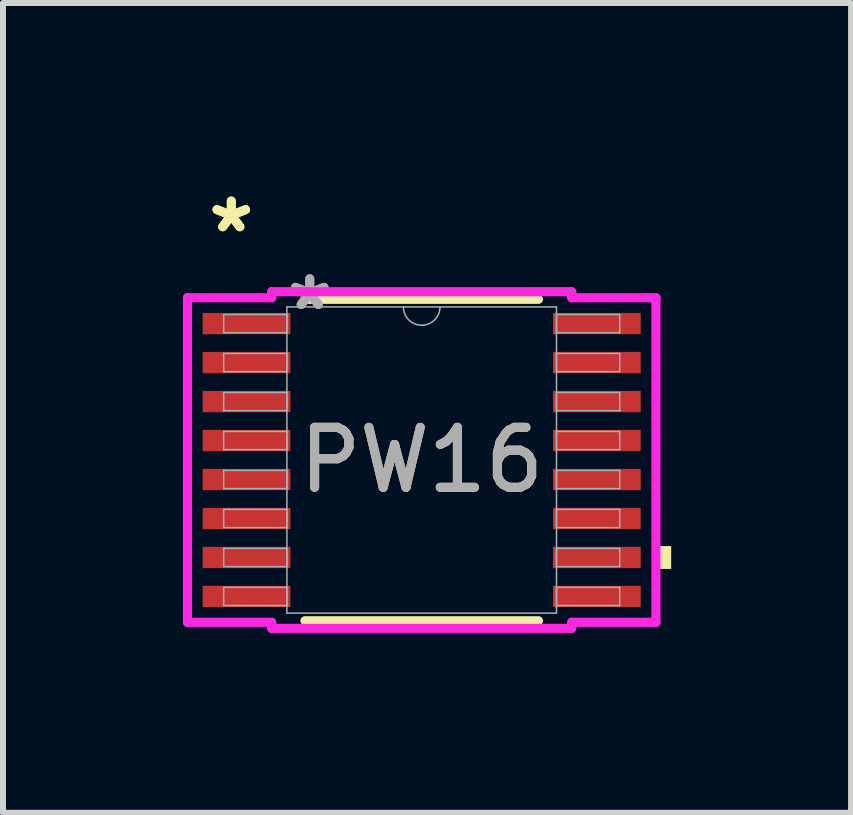
<source format=kicad_pcb>
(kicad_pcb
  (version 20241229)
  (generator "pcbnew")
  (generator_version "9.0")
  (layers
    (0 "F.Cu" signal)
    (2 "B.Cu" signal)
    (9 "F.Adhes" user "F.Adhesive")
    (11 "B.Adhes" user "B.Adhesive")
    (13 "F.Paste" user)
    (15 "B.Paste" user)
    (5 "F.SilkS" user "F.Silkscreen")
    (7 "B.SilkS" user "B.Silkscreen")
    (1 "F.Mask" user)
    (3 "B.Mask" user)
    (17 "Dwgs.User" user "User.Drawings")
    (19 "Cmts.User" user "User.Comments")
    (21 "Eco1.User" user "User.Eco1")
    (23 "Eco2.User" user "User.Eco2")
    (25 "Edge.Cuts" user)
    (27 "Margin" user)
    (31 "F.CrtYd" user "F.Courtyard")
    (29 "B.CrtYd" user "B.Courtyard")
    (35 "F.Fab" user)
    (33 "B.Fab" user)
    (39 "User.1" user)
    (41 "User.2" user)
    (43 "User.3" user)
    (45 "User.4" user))
  (footprint "PW16"
    (layer "F.Cu")
    (at 3.982 4.621)
    (property "Reference" "PW16" (at 0 0 0) (unlocked yes) (layer "F.SilkS") (effects (font (size 1 1) (thickness 0.15))))
    (attr smd)
    (fp_line (start -1.947 2.68) (end 1.947 2.68) (stroke (width 0.152) (type solid)) (layer "F.SilkS"))
    (fp_line (start 1.947 -2.68) (end -1.947 -2.68) (stroke (width 0.152) (type solid)) (layer "F.SilkS"))
    (fp_poly (pts (xy 4.16 1.435) (xy 4.16 1.816) (xy 3.906 1.816) (xy 3.906 1.435)) (stroke (width 0) (type solid)) (fill yes) (layer "F.SilkS"))
    (fp_line (start -3.906 -2.706) (end -2.502 -2.706) (stroke (width 0.152) (type solid)) (layer "F.CrtYd"))
    (fp_line (start -3.906 2.706) (end -3.906 -2.706) (stroke (width 0.152) (type solid)) (layer "F.CrtYd"))
    (fp_line (start -3.906 2.706) (end -2.502 2.706) (stroke (width 0.152) (type solid)) (layer "F.CrtYd"))
    (fp_line (start -2.502 -2.807) (end 2.502 -2.807) (stroke (width 0.152) (type solid)) (layer "F.CrtYd"))
    (fp_line (start -2.502 -2.706) (end -2.502 -2.807) (stroke (width 0.152) (type solid)) (layer "F.CrtYd"))
    (fp_line (start -2.502 2.807) (end -2.502 2.706) (stroke (width 0.152) (type solid)) (layer "F.CrtYd"))
    (fp_line (start 2.502 -2.807) (end 2.502 -2.706) (stroke (width 0.152) (type solid)) (layer "F.CrtYd"))
    (fp_line (start 2.502 2.706) (end 2.502 2.807) (stroke (width 0.152) (type solid)) (layer "F.CrtYd"))
    (fp_line (start 2.502 2.807) (end -2.502 2.807) (stroke (width 0.152) (type solid)) (layer "F.CrtYd"))
    (fp_line (start 3.906 -2.706) (end 2.502 -2.706) (stroke (width 0.152) (type solid)) (layer "F.CrtYd"))
    (fp_line (start 3.906 -2.706) (end 3.906 2.706) (stroke (width 0.152) (type solid)) (layer "F.CrtYd"))
    (fp_line (start 3.906 2.706) (end 2.502 2.706) (stroke (width 0.152) (type solid)) (layer "F.CrtYd"))
    (fp_line (start -3.302 -2.427) (end -3.302 -2.123) (stroke (width 0.025) (type solid)) (layer "F.Fab"))
    (fp_line (start -3.302 -2.123) (end -2.248 -2.123) (stroke (width 0.025) (type solid)) (layer "F.Fab"))
    (fp_line (start -3.302 -1.777) (end -3.302 -1.473) (stroke (width 0.025) (type solid)) (layer "F.Fab"))
    (fp_line (start -3.302 -1.473) (end -2.248 -1.473) (stroke (width 0.025) (type solid)) (layer "F.Fab"))
    (fp_line (start -3.302 -1.127) (end -3.302 -0.823) (stroke (width 0.025) (type solid)) (layer "F.Fab"))
    (fp_line (start -3.302 -0.823) (end -2.248 -0.823) (stroke (width 0.025) (type solid)) (layer "F.Fab"))
    (fp_line (start -3.302 -0.477) (end -3.302 -0.173) (stroke (width 0.025) (type solid)) (layer "F.Fab"))
    (fp_line (start -3.302 -0.173) (end -2.248 -0.173) (stroke (width 0.025) (type solid)) (layer "F.Fab"))
    (fp_line (start -3.302 0.173) (end -3.302 0.477) (stroke (width 0.025) (type solid)) (layer "F.Fab"))
    (fp_line (start -3.302 0.477) (end -2.248 0.477) (stroke (width 0.025) (type solid)) (layer "F.Fab"))
    (fp_line (start -3.302 0.823) (end -3.302 1.127) (stroke (width 0.025) (type solid)) (layer "F.Fab"))
    (fp_line (start -3.302 1.127) (end -2.248 1.127) (stroke (width 0.025) (type solid)) (layer "F.Fab"))
    (fp_line (start -3.302 1.473) (end -3.302 1.777) (stroke (width 0.025) (type solid)) (layer "F.Fab"))
    (fp_line (start -3.302 1.777) (end -2.248 1.777) (stroke (width 0.025) (type solid)) (layer "F.Fab"))
    (fp_line (start -3.302 2.123) (end -3.302 2.427) (stroke (width 0.025) (type solid)) (layer "F.Fab"))
    (fp_line (start -3.302 2.427) (end -2.248 2.427) (stroke (width 0.025) (type solid)) (layer "F.Fab"))
    (fp_line (start -2.248 -2.553) (end -2.248 2.553) (stroke (width 0.025) (type solid)) (layer "F.Fab"))
    (fp_line (start -2.248 -2.427) (end -3.302 -2.427) (stroke (width 0.025) (type solid)) (layer "F.Fab"))
    (fp_line (start -2.248 -2.123) (end -2.248 -2.427) (stroke (width 0.025) (type solid)) (layer "F.Fab"))
    (fp_line (start -2.248 -1.777) (end -3.302 -1.777) (stroke (width 0.025) (type solid)) (layer "F.Fab"))
    (fp_line (start -2.248 -1.473) (end -2.248 -1.777) (stroke (width 0.025) (type solid)) (layer "F.Fab"))
    (fp_line (start -2.248 -1.127) (end -3.302 -1.127) (stroke (width 0.025) (type solid)) (layer "F.Fab"))
    (fp_line (start -2.248 -0.823) (end -2.248 -1.127) (stroke (width 0.025) (type solid)) (layer "F.Fab"))
    (fp_line (start -2.248 -0.477) (end -3.302 -0.477) (stroke (width 0.025) (type solid)) (layer "F.Fab"))
    (fp_line (start -2.248 -0.173) (end -2.248 -0.477) (stroke (width 0.025) (type solid)) (layer "F.Fab"))
    (fp_line (start -2.248 0.173) (end -3.302 0.173) (stroke (width 0.025) (type solid)) (layer "F.Fab"))
    (fp_line (start -2.248 0.477) (end -2.248 0.173) (stroke (width 0.025) (type solid)) (layer "F.Fab"))
    (fp_line (start -2.248 0.823) (end -3.302 0.823) (stroke (width 0.025) (type solid)) (layer "F.Fab"))
    (fp_line (start -2.248 1.127) (end -2.248 0.823) (stroke (width 0.025) (type solid)) (layer "F.Fab"))
    (fp_line (start -2.248 1.473) (end -3.302 1.473) (stroke (width 0.025) (type solid)) (layer "F.Fab"))
    (fp_line (start -2.248 1.777) (end -2.248 1.473) (stroke (width 0.025) (type solid)) (layer "F.Fab"))
    (fp_line (start -2.248 2.123) (end -3.302 2.123) (stroke (width 0.025) (type solid)) (layer "F.Fab"))
    (fp_line (start -2.248 2.427) (end -2.248 2.123) (stroke (width 0.025) (type solid)) (layer "F.Fab"))
    (fp_line (start -2.248 2.553) (end 2.248 2.553) (stroke (width 0.025) (type solid)) (layer "F.Fab"))
    (fp_line (start 2.248 -2.553) (end -2.248 -2.553) (stroke (width 0.025) (type solid)) (layer "F.Fab"))
    (fp_line (start 2.248 -2.427) (end 2.248 -2.123) (stroke (width 0.025) (type solid)) (layer "F.Fab"))
    (fp_line (start 2.248 -2.123) (end 3.302 -2.123) (stroke (width 0.025) (type solid)) (layer "F.Fab"))
    (fp_line (start 2.248 -1.777) (end 2.248 -1.473) (stroke (width 0.025) (type solid)) (layer "F.Fab"))
    (fp_line (start 2.248 -1.473) (end 3.302 -1.473) (stroke (width 0.025) (type solid)) (layer "F.Fab"))
    (fp_line (start 2.248 -1.127) (end 2.248 -0.823) (stroke (width 0.025) (type solid)) (layer "F.Fab"))
    (fp_line (start 2.248 -0.823) (end 3.302 -0.823) (stroke (width 0.025) (type solid)) (layer "F.Fab"))
    (fp_line (start 2.248 -0.477) (end 2.248 -0.173) (stroke (width 0.025) (type solid)) (layer "F.Fab"))
    (fp_line (start 2.248 -0.173) (end 3.302 -0.173) (stroke (width 0.025) (type solid)) (layer "F.Fab"))
    (fp_line (start 2.248 0.173) (end 2.248 0.477) (stroke (width 0.025) (type solid)) (layer "F.Fab"))
    (fp_line (start 2.248 0.477) (end 3.302 0.477) (stroke (width 0.025) (type solid)) (layer "F.Fab"))
    (fp_line (start 2.248 0.823) (end 2.248 1.127) (stroke (width 0.025) (type solid)) (layer "F.Fab"))
    (fp_line (start 2.248 1.127) (end 3.302 1.127) (stroke (width 0.025) (type solid)) (layer "F.Fab"))
    (fp_line (start 2.248 1.473) (end 2.248 1.777) (stroke (width 0.025) (type solid)) (layer "F.Fab"))
    (fp_line (start 2.248 1.777) (end 3.302 1.777) (stroke (width 0.025) (type solid)) (layer "F.Fab"))
    (fp_line (start 2.248 2.123) (end 2.248 2.427) (stroke (width 0.025) (type solid)) (layer "F.Fab"))
    (fp_line (start 2.248 2.427) (end 3.302 2.427) (stroke (width 0.025) (type solid)) (layer "F.Fab"))
    (fp_line (start 2.248 2.553) (end 2.248 -2.553) (stroke (width 0.025) (type solid)) (layer "F.Fab"))
    (fp_line (start 3.302 -2.427) (end 2.248 -2.427) (stroke (width 0.025) (type solid)) (layer "F.Fab"))
    (fp_line (start 3.302 -2.123) (end 3.302 -2.427) (stroke (width 0.025) (type solid)) (layer "F.Fab"))
    (fp_line (start 3.302 -1.777) (end 2.248 -1.777) (stroke (width 0.025) (type solid)) (layer "F.Fab"))
    (fp_line (start 3.302 -1.473) (end 3.302 -1.777) (stroke (width 0.025) (type solid)) (layer "F.Fab"))
    (fp_line (start 3.302 -1.127) (end 2.248 -1.127) (stroke (width 0.025) (type solid)) (layer "F.Fab"))
    (fp_line (start 3.302 -0.823) (end 3.302 -1.127) (stroke (width 0.025) (type solid)) (layer "F.Fab"))
    (fp_line (start 3.302 -0.477) (end 2.248 -0.477) (stroke (width 0.025) (type solid)) (layer "F.Fab"))
    (fp_line (start 3.302 -0.173) (end 3.302 -0.477) (stroke (width 0.025) (type solid)) (layer "F.Fab"))
    (fp_line (start 3.302 0.173) (end 2.248 0.173) (stroke (width 0.025) (type solid)) (layer "F.Fab"))
    (fp_line (start 3.302 0.477) (end 3.302 0.173) (stroke (width 0.025) (type solid)) (layer "F.Fab"))
    (fp_line (start 3.302 0.823) (end 2.248 0.823) (stroke (width 0.025) (type solid)) (layer "F.Fab"))
    (fp_line (start 3.302 1.127) (end 3.302 0.823) (stroke (width 0.025) (type solid)) (layer "F.Fab"))
    (fp_line (start 3.302 1.473) (end 2.248 1.473) (stroke (width 0.025) (type solid)) (layer "F.Fab"))
    (fp_line (start 3.302 1.777) (end 3.302 1.473) (stroke (width 0.025) (type solid)) (layer "F.Fab"))
    (fp_line (start 3.302 2.123) (end 2.248 2.123) (stroke (width 0.025) (type solid)) (layer "F.Fab"))
    (fp_line (start 3.302 2.427) (end 3.302 2.123) (stroke (width 0.025) (type solid)) (layer "F.Fab"))
    (fp_arc (start 0.3048 -2.5527) (mid 0 -2.2479) (end -0.3048 -2.5527) (stroke (width 0.0254) (type solid)) (layer "F.Fab"))
    (fp_text user "*" (at -3.175 -3.773 0) (unlocked yes) (layer "F.SilkS") (effects (font (size 1 1) (thickness 0.15))))
    (fp_text user "*" (at -3.175 -3.773 0) (layer "F.SilkS") (effects (font (size 1 1) (thickness 0.15))))
    (fp_text user "*" (at -1.867 -2.477 0) (unlocked yes) (layer "F.Fab") (effects (font (size 1 1) (thickness 0.15))))
    (fp_text user "*" (at -1.867 -2.477 0) (layer "F.Fab") (effects (font (size 1 1) (thickness 0.15))))
    (fp_text user "${REFERENCE}" (at 0 0 0) (unlocked yes) (layer "F.Fab") (effects (font (size 1 1) (thickness 0.15))))
    (pad "1" smd rect (at -2.921 -2.275) (size 1.462 0.355) (layers "F.Cu" "F.Mask" "F.Paste"))
    (pad "2" smd rect (at -2.921 -1.625) (size 1.462 0.355) (layers "F.Cu" "F.Mask" "F.Paste"))
    (pad "3" smd rect (at -2.921 -0.975) (size 1.462 0.355) (layers "F.Cu" "F.Mask" "F.Paste"))
    (pad "4" smd rect (at -2.921 -0.325) (size 1.462 0.355) (layers "F.Cu" "F.Mask" "F.Paste"))
    (pad "5" smd rect (at -2.921 0.325) (size 1.462 0.355) (layers "F.Cu" "F.Mask" "F.Paste"))
    (pad "6" smd rect (at -2.921 0.975) (size 1.462 0.355) (layers "F.Cu" "F.Mask" "F.Paste"))
    (pad "7" smd rect (at -2.921 1.625) (size 1.462 0.355) (layers "F.Cu" "F.Mask" "F.Paste"))
    (pad "8" smd rect (at -2.921 2.275) (size 1.462 0.355) (layers "F.Cu" "F.Mask" "F.Paste"))
    (pad "9" smd rect (at 2.921 2.275) (size 1.462 0.355) (layers "F.Cu" "F.Mask" "F.Paste"))
    (pad "10" smd rect (at 2.921 1.625) (size 1.462 0.355) (layers "F.Cu" "F.Mask" "F.Paste"))
    (pad "11" smd rect (at 2.921 0.975) (size 1.462 0.355) (layers "F.Cu" "F.Mask" "F.Paste"))
    (pad "12" smd rect (at 2.921 0.325) (size 1.462 0.355) (layers "F.Cu" "F.Mask" "F.Paste"))
    (pad "13" smd rect (at 2.921 -0.325) (size 1.462 0.355) (layers "F.Cu" "F.Mask" "F.Paste"))
    (pad "14" smd rect (at 2.921 -0.975) (size 1.462 0.355) (layers "F.Cu" "F.Mask" "F.Paste"))
    (pad "15" smd rect (at 2.921 -1.625) (size 1.462 0.355) (layers "F.Cu" "F.Mask" "F.Paste"))
    (pad "16" smd rect (at 2.921 -2.275) (size 1.462 0.355) (layers "F.Cu" "F.Mask" "F.Paste")))
  (gr_rect
    (start -3 -3)
    (end 11.142 10.504)
    (stroke (width 0.1) (type default))
    (fill no)
    (layer "Edge.Cuts")))
</source>
